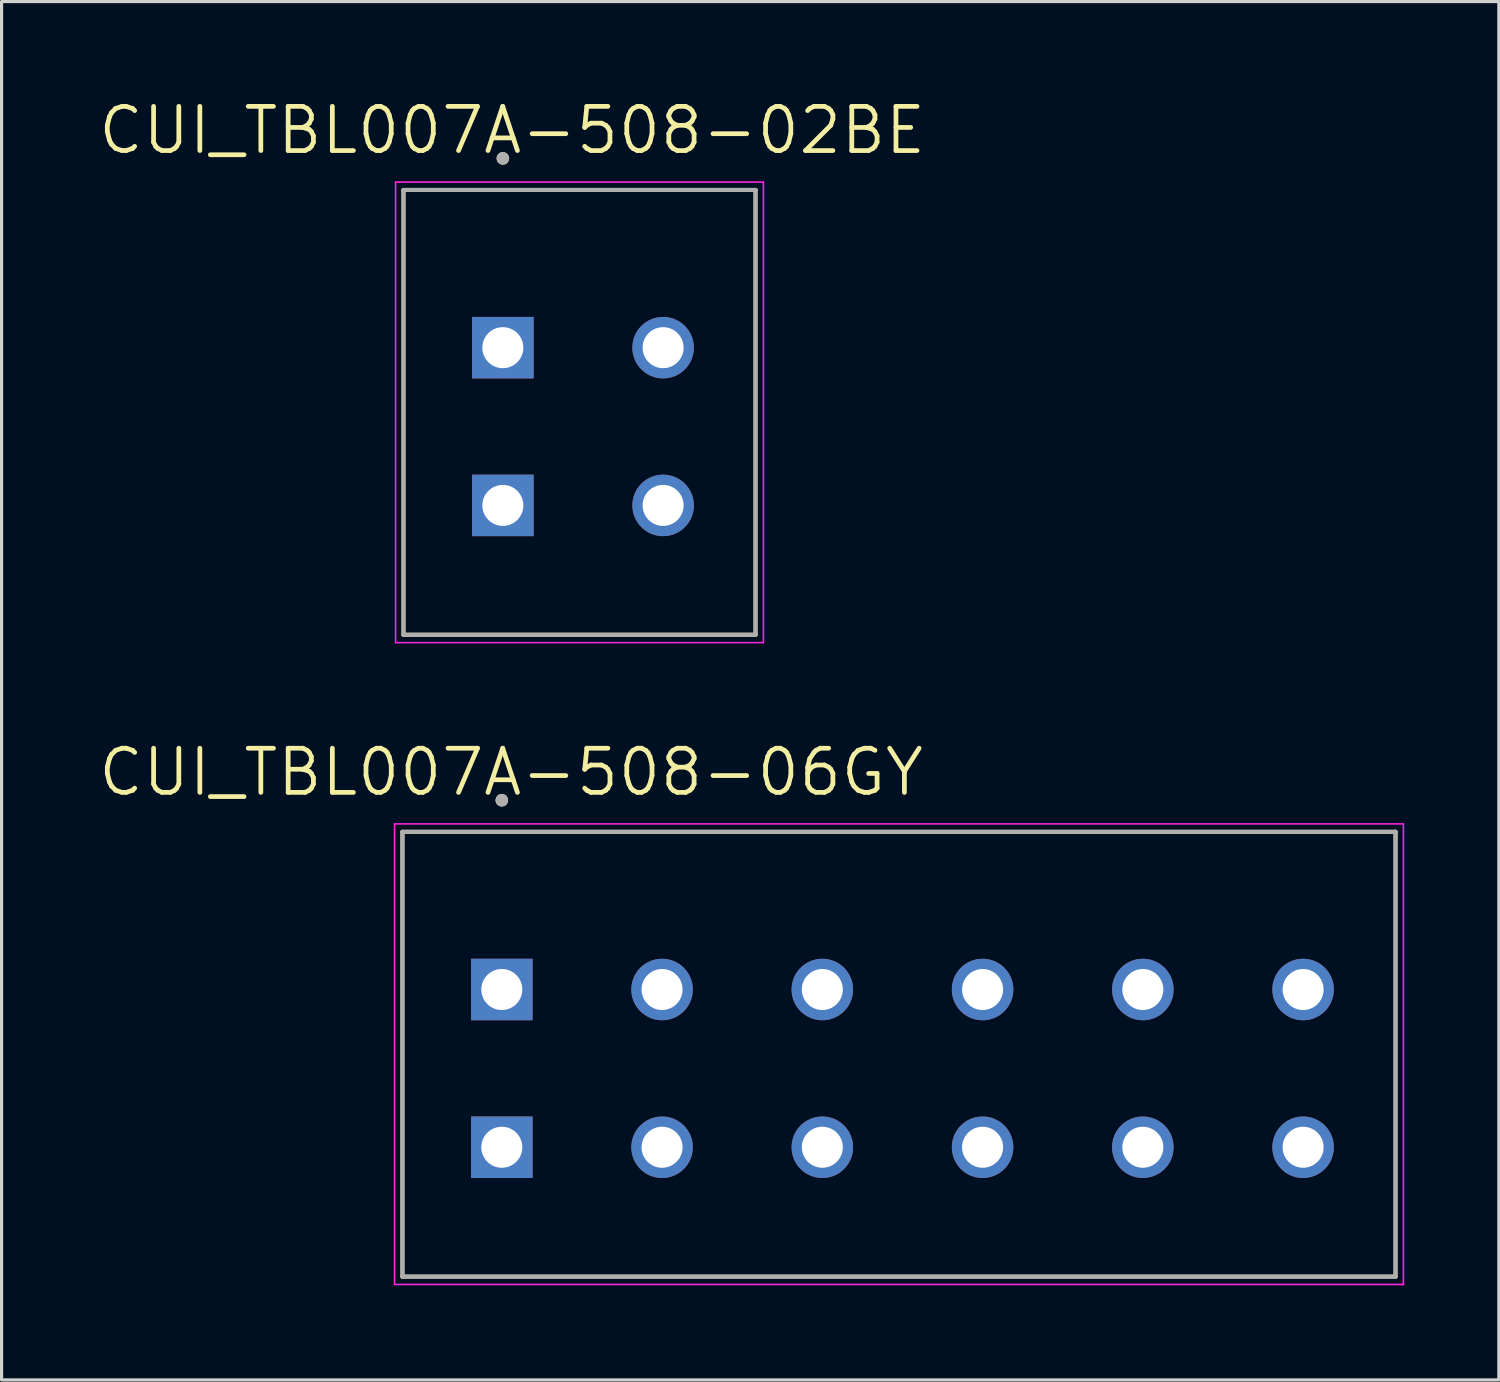
<source format=kicad_pcb>
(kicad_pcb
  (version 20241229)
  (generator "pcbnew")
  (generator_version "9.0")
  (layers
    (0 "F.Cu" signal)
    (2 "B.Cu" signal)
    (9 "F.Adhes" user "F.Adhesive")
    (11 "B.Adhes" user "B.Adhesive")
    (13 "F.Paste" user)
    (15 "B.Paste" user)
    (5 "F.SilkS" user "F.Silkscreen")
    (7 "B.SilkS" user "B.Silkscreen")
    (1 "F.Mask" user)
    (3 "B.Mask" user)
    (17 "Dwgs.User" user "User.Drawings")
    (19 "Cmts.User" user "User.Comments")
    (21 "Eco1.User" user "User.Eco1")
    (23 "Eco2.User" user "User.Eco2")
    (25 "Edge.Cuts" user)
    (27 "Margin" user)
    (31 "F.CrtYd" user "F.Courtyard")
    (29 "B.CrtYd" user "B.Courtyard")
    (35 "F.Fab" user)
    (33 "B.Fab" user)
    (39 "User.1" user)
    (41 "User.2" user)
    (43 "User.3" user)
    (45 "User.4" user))
  (footprint "CUI_TBL007A-508-02BE"
    (layer "F.Cu")
    (at 12.89 7.971)
    (property "Reference" "CUI_TBL007A-508-02BE" (at 0.295 -6.889 0) (layer "F.SilkS") (effects (font (size 1.4 1.4) (thickness 0.15))))
    (attr through_hole)
    (fp_line (start -3.15 -5) (end 8.01 -5) (stroke (width 0.127) (type solid)) (layer "F.SilkS"))
    (fp_line (start -3.15 9.1) (end -3.15 -5) (stroke (width 0.127) (type solid)) (layer "F.SilkS"))
    (fp_line (start 8.01 -5) (end 8.01 9.1) (stroke (width 0.127) (type solid)) (layer "F.SilkS"))
    (fp_line (start 8.01 9.1) (end -3.15 9.1) (stroke (width 0.127) (type solid)) (layer "F.SilkS"))
    (fp_circle (center 0 -6) (end 0.1 -6) (stroke (width 0.2) (type solid)) (fill no) (layer "F.SilkS"))
    (fp_line (start -3.4 -5.25) (end 8.26 -5.25) (stroke (width 0.05) (type solid)) (layer "F.CrtYd"))
    (fp_line (start -3.4 9.35) (end -3.4 -5.25) (stroke (width 0.05) (type solid)) (layer "F.CrtYd"))
    (fp_line (start 8.26 -5.25) (end 8.26 9.35) (stroke (width 0.05) (type solid)) (layer "F.CrtYd"))
    (fp_line (start 8.26 9.35) (end -3.4 9.35) (stroke (width 0.05) (type solid)) (layer "F.CrtYd"))
    (fp_line (start -3.15 -5) (end 8.01 -5) (stroke (width 0.127) (type solid)) (layer "F.Fab"))
    (fp_line (start -3.15 9.1) (end -3.15 -5) (stroke (width 0.127) (type solid)) (layer "F.Fab"))
    (fp_line (start 8.01 -5) (end 8.01 9.1) (stroke (width 0.127) (type solid)) (layer "F.Fab"))
    (fp_line (start 8.01 9.1) (end -3.15 9.1) (stroke (width 0.127) (type solid)) (layer "F.Fab"))
    (fp_circle (center 0 -6) (end 0.1 -6) (stroke (width 0.2) (type solid)) (fill no) (layer "F.Fab"))
    (pad "1_A" thru_hole rect (at 0 0) (size 1.95 1.95) (drill 1.3) (layers "*.Cu" "*.Mask"))
    (pad "1_B" thru_hole rect (at 0 5) (size 1.95 1.95) (drill 1.3) (layers "*.Cu" "*.Mask"))
    (pad "2_A" thru_hole circle (at 5.08 0) (size 1.95 1.95) (drill 1.3) (layers "*.Cu" "*.Mask"))
    (pad "2_B" thru_hole circle (at 5.08 5) (size 1.95 1.95) (drill 1.3) (layers "*.Cu" "*.Mask")))
  (footprint "CUI_TBL007A-508-06GY"
    (layer "F.Cu")
    (at 12.857 28.317)
    (property "Reference" "CUI_TBL007A-508-06GY" (at 0.295 -6.889 0) (layer "F.SilkS") (effects (font (size 1.4 1.4) (thickness 0.15))))
    (attr through_hole)
    (fp_line (start -3.15 -5) (end 28.33 -5) (stroke (width 0.127) (type solid)) (layer "F.SilkS"))
    (fp_line (start -3.15 9.1) (end -3.15 -5) (stroke (width 0.127) (type solid)) (layer "F.SilkS"))
    (fp_line (start 28.33 -5) (end 28.33 9.1) (stroke (width 0.127) (type solid)) (layer "F.SilkS"))
    (fp_line (start 28.33 9.1) (end -3.15 9.1) (stroke (width 0.127) (type solid)) (layer "F.SilkS"))
    (fp_circle (center 0 -6) (end 0.1 -6) (stroke (width 0.2) (type solid)) (fill no) (layer "F.SilkS"))
    (fp_line (start -3.4 -5.25) (end 28.58 -5.25) (stroke (width 0.05) (type solid)) (layer "F.CrtYd"))
    (fp_line (start -3.4 9.35) (end -3.4 -5.25) (stroke (width 0.05) (type solid)) (layer "F.CrtYd"))
    (fp_line (start 28.58 -5.25) (end 28.58 9.35) (stroke (width 0.05) (type solid)) (layer "F.CrtYd"))
    (fp_line (start 28.58 9.35) (end -3.4 9.35) (stroke (width 0.05) (type solid)) (layer "F.CrtYd"))
    (fp_line (start -3.15 -5) (end 28.33 -5) (stroke (width 0.127) (type solid)) (layer "F.Fab"))
    (fp_line (start -3.15 9.1) (end -3.15 -5) (stroke (width 0.127) (type solid)) (layer "F.Fab"))
    (fp_line (start 28.33 -5) (end 28.33 9.1) (stroke (width 0.127) (type solid)) (layer "F.Fab"))
    (fp_line (start 28.33 9.1) (end -3.15 9.1) (stroke (width 0.127) (type solid)) (layer "F.Fab"))
    (fp_circle (center 0 -6) (end 0.1 -6) (stroke (width 0.2) (type solid)) (fill no) (layer "F.Fab"))
    (pad "1_A" thru_hole rect (at 0 0) (size 1.95 1.95) (drill 1.3) (layers "*.Cu" "*.Mask"))
    (pad "1_B" thru_hole rect (at 0 5) (size 1.95 1.95) (drill 1.3) (layers "*.Cu" "*.Mask"))
    (pad "2_A" thru_hole circle (at 5.08 0) (size 1.95 1.95) (drill 1.3) (layers "*.Cu" "*.Mask"))
    (pad "2_B" thru_hole circle (at 5.08 5) (size 1.95 1.95) (drill 1.3) (layers "*.Cu" "*.Mask"))
    (pad "3_A" thru_hole circle (at 10.16 0) (size 1.95 1.95) (drill 1.3) (layers "*.Cu" "*.Mask"))
    (pad "3_B" thru_hole circle (at 10.16 5) (size 1.95 1.95) (drill 1.3) (layers "*.Cu" "*.Mask"))
    (pad "4_A" thru_hole circle (at 15.24 0) (size 1.95 1.95) (drill 1.3) (layers "*.Cu" "*.Mask"))
    (pad "4_B" thru_hole circle (at 15.24 5) (size 1.95 1.95) (drill 1.3) (layers "*.Cu" "*.Mask"))
    (pad "5_A" thru_hole circle (at 20.32 0) (size 1.95 1.95) (drill 1.3) (layers "*.Cu" "*.Mask"))
    (pad "5_B" thru_hole circle (at 20.32 5) (size 1.95 1.95) (drill 1.3) (layers "*.Cu" "*.Mask"))
    (pad "6_A" thru_hole circle (at 25.4 0) (size 1.95 1.95) (drill 1.3) (layers "*.Cu" "*.Mask"))
    (pad "6_B" thru_hole circle (at 25.4 5) (size 1.95 1.95) (drill 1.3) (layers "*.Cu" "*.Mask")))
  (gr_rect
    (start -3 -3)
    (end 44.462 40.693)
    (stroke (width 0.1) (type default))
    (fill no)
    (layer "Edge.Cuts")))
</source>
